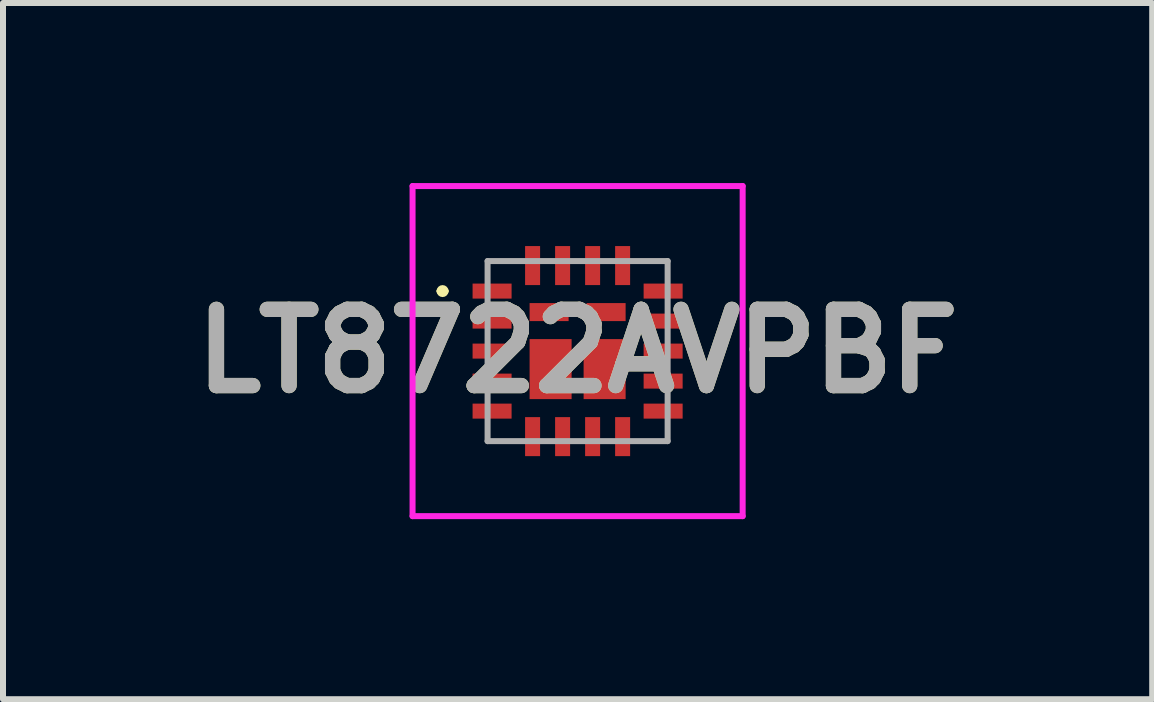
<source format=kicad_pcb>
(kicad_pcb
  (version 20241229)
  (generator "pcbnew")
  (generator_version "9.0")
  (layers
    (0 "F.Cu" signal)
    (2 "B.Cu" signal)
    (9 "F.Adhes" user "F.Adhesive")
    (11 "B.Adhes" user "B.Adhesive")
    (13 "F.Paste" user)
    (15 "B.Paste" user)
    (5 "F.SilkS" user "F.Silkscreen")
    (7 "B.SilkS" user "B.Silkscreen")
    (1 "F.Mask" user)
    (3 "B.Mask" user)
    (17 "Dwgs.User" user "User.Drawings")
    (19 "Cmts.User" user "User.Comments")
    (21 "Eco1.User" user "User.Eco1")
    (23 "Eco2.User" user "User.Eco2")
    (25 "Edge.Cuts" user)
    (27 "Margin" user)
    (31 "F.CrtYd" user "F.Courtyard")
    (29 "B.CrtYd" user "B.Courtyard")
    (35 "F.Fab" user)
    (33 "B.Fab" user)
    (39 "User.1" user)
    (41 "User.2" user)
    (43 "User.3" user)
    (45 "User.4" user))
  (footprint "LT8722AVPBF"
    (layer "F.Cu")
    (at 6.574 2.8)
    (property "Reference" "LT8722AVPBF" (at 0 0 0) (layer "F.SilkS") (effects (font (size 1.27 1.27) (thickness 0.254))))
    (attr smd)
    (fp_line (start -2.3 -1) (end -2.3 -1) (stroke (width 0.1) (type solid)) (layer "F.SilkS"))
    (fp_line (start -2.2 -1) (end -2.2 -1) (stroke (width 0.1) (type solid)) (layer "F.SilkS"))
    (fp_arc (start -2.3 -1) (mid -2.25 -1.05) (end -2.2 -1) (stroke (width 0.1) (type solid)) (layer "F.SilkS"))
    (fp_arc (start -2.2 -1) (mid -2.25 -0.95) (end -2.3 -1) (stroke (width 0.1) (type solid)) (layer "F.SilkS"))
    (fp_line (start -2.75 -2.75) (end 2.75 -2.75) (stroke (width 0.1) (type solid)) (layer "F.CrtYd"))
    (fp_line (start -2.75 2.75) (end -2.75 -2.75) (stroke (width 0.1) (type solid)) (layer "F.CrtYd"))
    (fp_line (start 2.75 -2.75) (end 2.75 2.75) (stroke (width 0.1) (type solid)) (layer "F.CrtYd"))
    (fp_line (start 2.75 2.75) (end -2.75 2.75) (stroke (width 0.1) (type solid)) (layer "F.CrtYd"))
    (fp_line (start -1.5 -1.5) (end 1.5 -1.5) (stroke (width 0.1) (type solid)) (layer "F.Fab"))
    (fp_line (start -1.5 1.5) (end -1.5 -1.5) (stroke (width 0.1) (type solid)) (layer "F.Fab"))
    (fp_line (start 1.5 -1.5) (end 1.5 1.5) (stroke (width 0.1) (type solid)) (layer "F.Fab"))
    (fp_line (start 1.5 1.5) (end -1.5 1.5) (stroke (width 0.1) (type solid)) (layer "F.Fab"))
    (fp_text user "${REFERENCE}" (at 0 0 0) (layer "F.Fab") (effects (font (size 1.27 1.27) (thickness 0.254))))
    (pad "1" smd rect (at -1.425 -1 90) (size 0.25 0.65) (layers "F.Cu" "F.Mask" "F.Paste"))
    (pad "2" smd rect (at -1.425 -0.5 90) (size 0.25 0.65) (layers "F.Cu" "F.Mask" "F.Paste"))
    (pad "3" smd rect (at -1.425 0 90) (size 0.25 0.65) (layers "F.Cu" "F.Mask" "F.Paste"))
    (pad "4" smd rect (at -1.425 0.5 90) (size 0.25 0.65) (layers "F.Cu" "F.Mask" "F.Paste"))
    (pad "5" smd rect (at -1.425 1 90) (size 0.25 0.65) (layers "F.Cu" "F.Mask" "F.Paste"))
    (pad "6" smd rect (at -0.75 1.425) (size 0.25 0.65) (layers "F.Cu" "F.Mask" "F.Paste"))
    (pad "7" smd rect (at -0.25 1.425) (size 0.25 0.65) (layers "F.Cu" "F.Mask" "F.Paste"))
    (pad "8" smd rect (at 0.25 1.425) (size 0.25 0.65) (layers "F.Cu" "F.Mask" "F.Paste"))
    (pad "9" smd rect (at 0.75 1.425) (size 0.25 0.65) (layers "F.Cu" "F.Mask" "F.Paste"))
    (pad "10" smd rect (at 1.425 1 90) (size 0.25 0.65) (layers "F.Cu" "F.Mask" "F.Paste"))
    (pad "11" smd rect (at 1.425 0.5 90) (size 0.25 0.65) (layers "F.Cu" "F.Mask" "F.Paste"))
    (pad "12" smd rect (at 1.425 0 90) (size 0.25 0.65) (layers "F.Cu" "F.Mask" "F.Paste"))
    (pad "13" smd rect (at 1.425 -0.5 90) (size 0.25 0.65) (layers "F.Cu" "F.Mask" "F.Paste"))
    (pad "14" smd rect (at 1.425 -1 90) (size 0.25 0.65) (layers "F.Cu" "F.Mask" "F.Paste"))
    (pad "15" smd rect (at 0.75 -1.425) (size 0.25 0.65) (layers "F.Cu" "F.Mask" "F.Paste"))
    (pad "16" smd rect (at 0.25 -1.425) (size 0.25 0.65) (layers "F.Cu" "F.Mask" "F.Paste"))
    (pad "17" smd rect (at -0.25 -1.425) (size 0.25 0.65) (layers "F.Cu" "F.Mask" "F.Paste"))
    (pad "18" smd rect (at -0.75 -1.425) (size 0.25 0.65) (layers "F.Cu" "F.Mask" "F.Paste"))
    (pad "19" smd rect (at -0.475 -0.65 90) (size 0.3 0.65) (layers "F.Cu" "F.Mask" "F.Paste"))
    (pad "20" smd rect (at 0.475 -0.65 90) (size 0.3 0.65) (layers "F.Cu" "F.Mask" "F.Paste"))
    (pad "21" smd rect (at -0.45 0.3) (size 0.7 1) (layers "F.Cu" "F.Mask" "F.Paste"))
    (pad "22" smd rect (at 0.45 0.3) (size 0.7 1) (layers "F.Cu" "F.Mask" "F.Paste")))
  (gr_rect
    (start -3 -3)
    (end 16.148 8.6)
    (stroke (width 0.1) (type default))
    (fill no)
    (layer "Edge.Cuts")))
</source>
